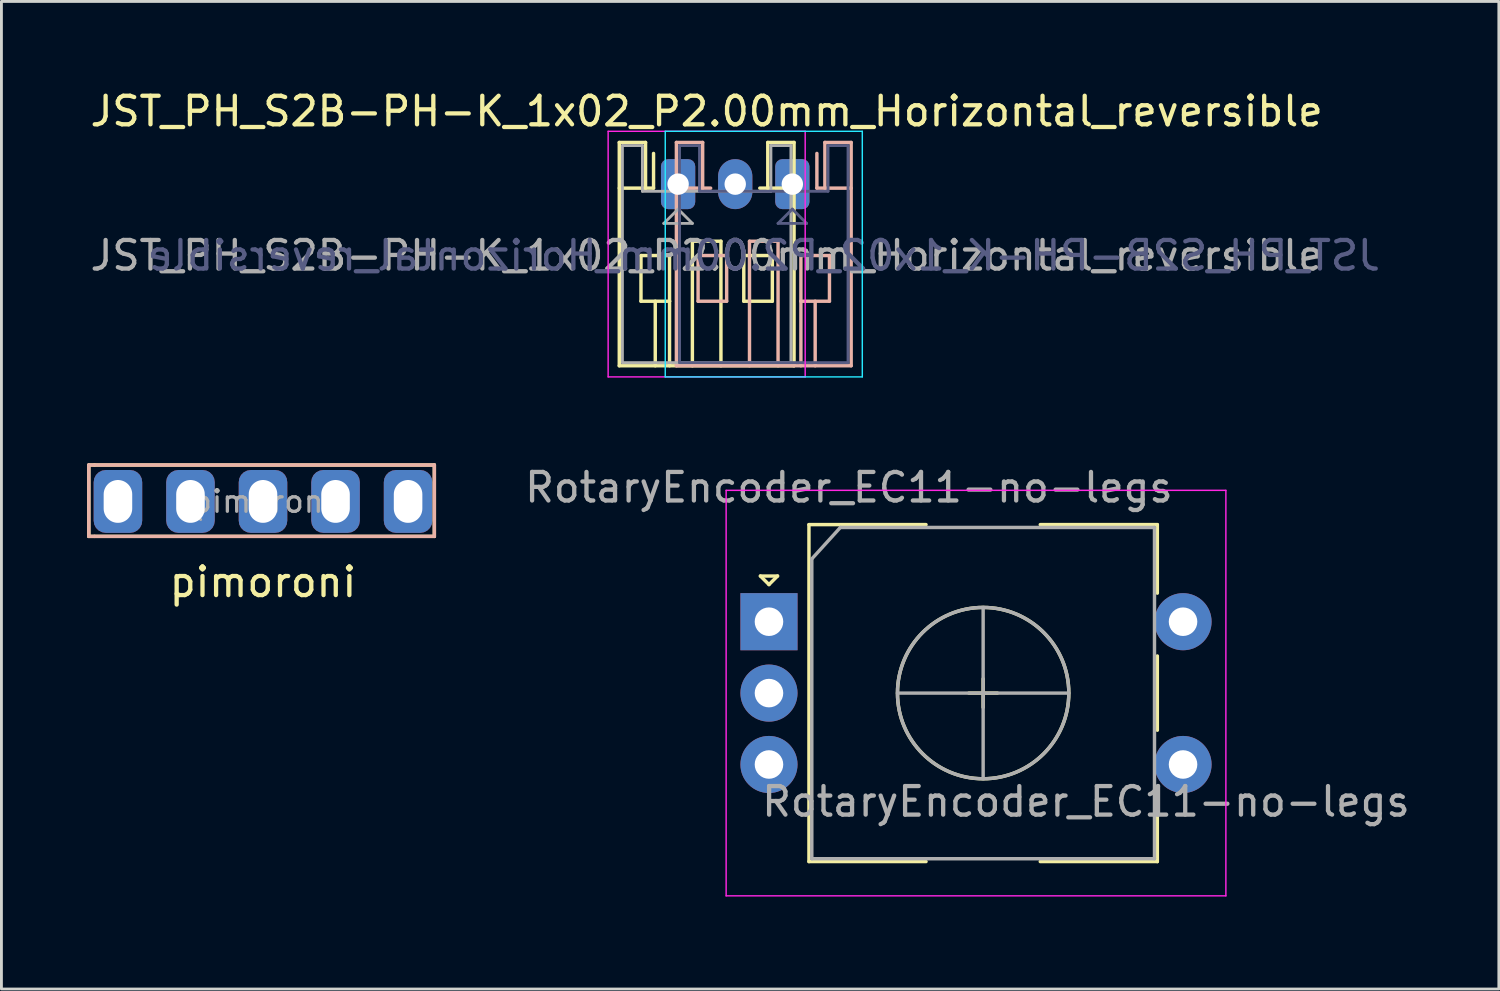
<source format=kicad_pcb>
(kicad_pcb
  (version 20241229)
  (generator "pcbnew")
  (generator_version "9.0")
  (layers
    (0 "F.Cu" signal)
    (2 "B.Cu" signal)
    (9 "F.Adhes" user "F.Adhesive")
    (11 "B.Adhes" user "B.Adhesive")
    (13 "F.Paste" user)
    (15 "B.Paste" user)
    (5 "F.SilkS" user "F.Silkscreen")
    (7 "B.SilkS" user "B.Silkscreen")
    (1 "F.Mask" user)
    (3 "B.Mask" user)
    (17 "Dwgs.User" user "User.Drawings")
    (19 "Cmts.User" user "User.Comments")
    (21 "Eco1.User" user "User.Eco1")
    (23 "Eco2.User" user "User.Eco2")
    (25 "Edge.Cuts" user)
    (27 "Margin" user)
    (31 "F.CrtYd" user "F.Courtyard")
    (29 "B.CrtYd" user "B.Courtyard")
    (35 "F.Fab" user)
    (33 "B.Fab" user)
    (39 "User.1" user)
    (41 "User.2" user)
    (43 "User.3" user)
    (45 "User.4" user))
  (footprint "JST_PH_S2B-PH-K_1x02_P2.00mm_Horizontal_reversible"
    (layer "F.Cu")
    (at 20.696 3.398)
    (property "Reference" "JST_PH_S2B-PH-K_1x02_P2.00mm_Horizontal_reversible" (at 1 -2.55 180) (layer "F.SilkS") (effects (font (size 1 1) (thickness 0.15))))
    (attr through_hole)
    (fp_line (start -2.06 -1.46) (end -2.06 6.36) (stroke (width 0.12) (type solid)) (layer "F.SilkS"))
    (fp_line (start -2.06 0.14) (end -1.14 0.14) (stroke (width 0.12) (type solid)) (layer "F.SilkS"))
    (fp_line (start -2.06 6.36) (end 4.06 6.36) (stroke (width 0.12) (type solid)) (layer "F.SilkS"))
    (fp_line (start -1.3 2.5) (end -1.3 4.1) (stroke (width 0.12) (type solid)) (layer "F.SilkS"))
    (fp_line (start -1.3 4.1) (end -0.3 4.1) (stroke (width 0.12) (type solid)) (layer "F.SilkS"))
    (fp_line (start -1.14 -1.46) (end -2.06 -1.46) (stroke (width 0.12) (type solid)) (layer "F.SilkS"))
    (fp_line (start -1.14 0.14) (end -1.14 -1.46) (stroke (width 0.12) (type solid)) (layer "F.SilkS"))
    (fp_line (start -0.86 0.14) (end -1.14 0.14) (stroke (width 0.12) (type solid)) (layer "F.SilkS"))
    (fp_line (start -0.86 0.14) (end -0.86 -1.075) (stroke (width 0.12) (type solid)) (layer "F.SilkS"))
    (fp_line (start -0.8 4.1) (end -0.8 6.36) (stroke (width 0.12) (type solid)) (layer "F.SilkS"))
    (fp_line (start -0.3 2.5) (end -1.3 2.5) (stroke (width 0.12) (type solid)) (layer "F.SilkS"))
    (fp_line (start -0.3 4.1) (end -0.3 2.5) (stroke (width 0.12) (type solid)) (layer "F.SilkS"))
    (fp_line (start -0.3 4.1) (end -0.3 6.36) (stroke (width 0.12) (type solid)) (layer "F.SilkS"))
    (fp_line (start 0.5 2) (end 1.5 2) (stroke (width 0.12) (type solid)) (layer "F.SilkS"))
    (fp_line (start 0.5 6.36) (end 0.5 2) (stroke (width 0.12) (type solid)) (layer "F.SilkS"))
    (fp_line (start 1.5 2) (end 1.5 6.36) (stroke (width 0.12) (type solid)) (layer "F.SilkS"))
    (fp_line (start 2.3 2.5) (end 3.3 2.5) (stroke (width 0.12) (type solid)) (layer "F.SilkS"))
    (fp_line (start 2.3 4.1) (end 2.3 2.5) (stroke (width 0.12) (type solid)) (layer "F.SilkS"))
    (fp_line (start 3.14 -1.46) (end 3.14 0.14) (stroke (width 0.12) (type solid)) (layer "F.SilkS"))
    (fp_line (start 3.14 0.14) (end 2.86 0.14) (stroke (width 0.12) (type solid)) (layer "F.SilkS"))
    (fp_line (start 3.3 2.5) (end 3.3 4.1) (stroke (width 0.12) (type solid)) (layer "F.SilkS"))
    (fp_line (start 3.3 4.1) (end 2.3 4.1) (stroke (width 0.12) (type solid)) (layer "F.SilkS"))
    (fp_line (start 4.06 -1.46) (end 3.14 -1.46) (stroke (width 0.12) (type solid)) (layer "F.SilkS"))
    (fp_line (start 4.06 0.14) (end 3.14 0.14) (stroke (width 0.12) (type solid)) (layer "F.SilkS"))
    (fp_line (start 4.06 6.36) (end 4.06 -1.46) (stroke (width 0.12) (type solid)) (layer "F.SilkS"))
    (fp_line (start -0.06 -1.46) (end 0.86 -1.46) (stroke (width 0.12) (type solid)) (layer "B.SilkS"))
    (fp_line (start -0.06 0.14) (end 0.86 0.14) (stroke (width 0.12) (type solid)) (layer "B.SilkS"))
    (fp_line (start -0.06 6.36) (end -0.06 -1.46) (stroke (width 0.12) (type solid)) (layer "B.SilkS"))
    (fp_line (start 0.7 2.5) (end 0.7 4.1) (stroke (width 0.12) (type solid)) (layer "B.SilkS"))
    (fp_line (start 0.7 4.1) (end 1.7 4.1) (stroke (width 0.12) (type solid)) (layer "B.SilkS"))
    (fp_line (start 0.86 -1.46) (end 0.86 0.14) (stroke (width 0.12) (type solid)) (layer "B.SilkS"))
    (fp_line (start 0.86 0.14) (end 1.14 0.14) (stroke (width 0.12) (type solid)) (layer "B.SilkS"))
    (fp_line (start 1.7 2.5) (end 0.7 2.5) (stroke (width 0.12) (type solid)) (layer "B.SilkS"))
    (fp_line (start 1.7 4.1) (end 1.7 2.5) (stroke (width 0.12) (type solid)) (layer "B.SilkS"))
    (fp_line (start 2.5 2) (end 2.5 6.36) (stroke (width 0.12) (type solid)) (layer "B.SilkS"))
    (fp_line (start 3.5 2) (end 2.5 2) (stroke (width 0.12) (type solid)) (layer "B.SilkS"))
    (fp_line (start 3.5 6.36) (end 3.5 2) (stroke (width 0.12) (type solid)) (layer "B.SilkS"))
    (fp_line (start 4.3 2.5) (end 5.3 2.5) (stroke (width 0.12) (type solid)) (layer "B.SilkS"))
    (fp_line (start 4.3 4.1) (end 4.3 2.5) (stroke (width 0.12) (type solid)) (layer "B.SilkS"))
    (fp_line (start 4.3 4.1) (end 4.3 6.36) (stroke (width 0.12) (type solid)) (layer "B.SilkS"))
    (fp_line (start 4.8 4.1) (end 4.8 6.36) (stroke (width 0.12) (type solid)) (layer "B.SilkS"))
    (fp_line (start 4.86 0.14) (end 4.86 -1.075) (stroke (width 0.12) (type solid)) (layer "B.SilkS"))
    (fp_line (start 4.86 0.14) (end 5.14 0.14) (stroke (width 0.12) (type solid)) (layer "B.SilkS"))
    (fp_line (start 5.14 -1.46) (end 6.06 -1.46) (stroke (width 0.12) (type solid)) (layer "B.SilkS"))
    (fp_line (start 5.14 0.14) (end 5.14 -1.46) (stroke (width 0.12) (type solid)) (layer "B.SilkS"))
    (fp_line (start 5.3 2.5) (end 5.3 4.1) (stroke (width 0.12) (type solid)) (layer "B.SilkS"))
    (fp_line (start 5.3 4.1) (end 4.3 4.1) (stroke (width 0.12) (type solid)) (layer "B.SilkS"))
    (fp_line (start 6.06 -1.46) (end 6.06 6.36) (stroke (width 0.12) (type solid)) (layer "B.SilkS"))
    (fp_line (start 6.06 0.14) (end 5.14 0.14) (stroke (width 0.12) (type solid)) (layer "B.SilkS"))
    (fp_line (start 6.06 6.36) (end -0.06 6.36) (stroke (width 0.12) (type solid)) (layer "B.SilkS"))
    (fp_line (start -0.45 -1.85) (end 6.45 -1.85) (stroke (width 0.05) (type solid)) (layer "B.CrtYd"))
    (fp_line (start -0.45 6.75) (end -0.45 -1.85) (stroke (width 0.05) (type solid)) (layer "B.CrtYd"))
    (fp_line (start 6.45 -1.85) (end 6.45 6.75) (stroke (width 0.05) (type solid)) (layer "B.CrtYd"))
    (fp_line (start 6.45 6.75) (end -0.45 6.75) (stroke (width 0.05) (type solid)) (layer "B.CrtYd"))
    (fp_line (start -2.45 -1.85) (end -2.45 6.75) (stroke (width 0.05) (type solid)) (layer "F.CrtYd"))
    (fp_line (start -2.45 6.75) (end 4.45 6.75) (stroke (width 0.05) (type solid)) (layer "F.CrtYd"))
    (fp_line (start 4.45 -1.85) (end -2.45 -1.85) (stroke (width 0.05) (type solid)) (layer "F.CrtYd"))
    (fp_line (start 4.45 6.75) (end 4.45 -1.85) (stroke (width 0.05) (type solid)) (layer "F.CrtYd"))
    (fp_line (start 0.05 -1.35) (end 0.75 -1.35) (stroke (width 0.1) (type solid)) (layer "B.Fab"))
    (fp_line (start 0.05 6.25) (end 0.05 -1.35) (stroke (width 0.1) (type solid)) (layer "B.Fab"))
    (fp_line (start 0.75 -1.35) (end 0.75 0.25) (stroke (width 0.1) (type solid)) (layer "B.Fab"))
    (fp_line (start 0.75 0.25) (end 5.25 0.25) (stroke (width 0.1) (type solid)) (layer "B.Fab"))
    (fp_line (start 3.5 1.375) (end 4 0.875) (stroke (width 0.1) (type solid)) (layer "B.Fab"))
    (fp_line (start 4 0.875) (end 4.5 1.375) (stroke (width 0.1) (type solid)) (layer "B.Fab"))
    (fp_line (start 4.5 1.375) (end 3.5 1.375) (stroke (width 0.1) (type solid)) (layer "B.Fab"))
    (fp_line (start 5.25 -1.35) (end 5.95 -1.35) (stroke (width 0.1) (type solid)) (layer "B.Fab"))
    (fp_line (start 5.25 0.25) (end 5.25 -1.35) (stroke (width 0.1) (type solid)) (layer "B.Fab"))
    (fp_line (start 5.95 -1.35) (end 5.95 6.25) (stroke (width 0.1) (type solid)) (layer "B.Fab"))
    (fp_line (start 5.95 6.25) (end 0.05 6.25) (stroke (width 0.1) (type solid)) (layer "B.Fab"))
    (fp_line (start -1.95 -1.35) (end -1.95 6.25) (stroke (width 0.1) (type solid)) (layer "F.Fab"))
    (fp_line (start -1.95 6.25) (end 3.95 6.25) (stroke (width 0.1) (type solid)) (layer "F.Fab"))
    (fp_line (start -1.25 -1.35) (end -1.95 -1.35) (stroke (width 0.1) (type solid)) (layer "F.Fab"))
    (fp_line (start -1.25 0.25) (end -1.25 -1.35) (stroke (width 0.1) (type solid)) (layer "F.Fab"))
    (fp_line (start -0.5 1.375) (end 0.5 1.375) (stroke (width 0.1) (type solid)) (layer "F.Fab"))
    (fp_line (start 0 0.875) (end -0.5 1.375) (stroke (width 0.1) (type solid)) (layer "F.Fab"))
    (fp_line (start 0.5 1.375) (end 0 0.875) (stroke (width 0.1) (type solid)) (layer "F.Fab"))
    (fp_line (start 3.25 -1.35) (end 3.25 0.25) (stroke (width 0.1) (type solid)) (layer "F.Fab"))
    (fp_line (start 3.25 0.25) (end -1.25 0.25) (stroke (width 0.1) (type solid)) (layer "F.Fab"))
    (fp_line (start 3.95 -1.35) (end 3.25 -1.35) (stroke (width 0.1) (type solid)) (layer "F.Fab"))
    (fp_line (start 3.95 6.25) (end 3.95 -1.35) (stroke (width 0.1) (type solid)) (layer "F.Fab"))
    (fp_text user "${REFERENCE}" (at 3 2.5 180) (layer "B.Fab") (effects (font (size 1 1) (thickness 0.15)) (justify mirror)))
    (fp_text user "${REFERENCE}" (at 1 2.5 180) (layer "F.Fab") (effects (font (size 1 1) (thickness 0.15))))
    (pad "1" thru_hole roundrect (at 0 0) (size 1.2 1.75) (drill 0.75) (layers "*.Cu" "*.Mask") (roundrect_rratio 0.208))
    (pad "1" thru_hole roundrect (at 4 0) (size 1.2 1.75) (drill 0.75) (layers "*.Cu" "*.Mask") (roundrect_rratio 0.208))
    (pad "2" thru_hole oval (at 2 0) (size 1.2 1.75) (drill 0.75) (layers "*.Cu" "*.Mask")))
  (footprint "RotaryEncoder_EC11-no-legs"
    (layer "F.Cu")
    (at 31.378 21.221)
    (property "Reference" "RotaryEncoder_EC11-no-legs" (at -4.7 -7.2 0) (layer "F.Fab") (effects (font (size 1 1) (thickness 0.15))))
    (attr through_hole)
    (fp_line (start -7.8 -4.1) (end -7.2 -4.1) (stroke (width 0.12) (type solid)) (layer "F.SilkS"))
    (fp_line (start -7.5 -3.8) (end -7.8 -4.1) (stroke (width 0.12) (type solid)) (layer "F.SilkS"))
    (fp_line (start -7.2 -4.1) (end -7.5 -3.8) (stroke (width 0.12) (type solid)) (layer "F.SilkS"))
    (fp_line (start -6.1 -5.9) (end -6.1 5.9) (stroke (width 0.12) (type solid)) (layer "F.SilkS"))
    (fp_line (start -2 -5.9) (end -6.1 -5.9) (stroke (width 0.12) (type solid)) (layer "F.SilkS"))
    (fp_line (start -2 5.9) (end -6.1 5.9) (stroke (width 0.12) (type solid)) (layer "F.SilkS"))
    (fp_line (start -0.5 0) (end 0.5 0) (stroke (width 0.12) (type solid)) (layer "F.SilkS"))
    (fp_line (start 0 -0.5) (end 0 0.5) (stroke (width 0.12) (type solid)) (layer "F.SilkS"))
    (fp_line (start 2 -5.9) (end 6.1 -5.9) (stroke (width 0.12) (type solid)) (layer "F.SilkS"))
    (fp_line (start 6.1 -5.9) (end 6.1 -3.5) (stroke (width 0.12) (type solid)) (layer "F.SilkS"))
    (fp_line (start 6.1 -1.3) (end 6.1 1.3) (stroke (width 0.12) (type solid)) (layer "F.SilkS"))
    (fp_line (start 6.1 3.5) (end 6.1 5.9) (stroke (width 0.12) (type solid)) (layer "F.SilkS"))
    (fp_line (start 6.1 5.9) (end 2 5.9) (stroke (width 0.12) (type solid)) (layer "F.SilkS"))
    (fp_circle (center 0 0) (end 3 0) (stroke (width 0.12) (type solid)) (fill no) (layer "F.SilkS"))
    (fp_line (start -9 -7.1) (end -9 7.1) (stroke (width 0.05) (type solid)) (layer "F.CrtYd"))
    (fp_line (start -9 -7.1) (end 8.5 -7.1) (stroke (width 0.05) (type solid)) (layer "F.CrtYd"))
    (fp_line (start 8.5 7.1) (end -9 7.1) (stroke (width 0.05) (type solid)) (layer "F.CrtYd"))
    (fp_line (start 8.5 7.1) (end 8.5 -7.1) (stroke (width 0.05) (type solid)) (layer "F.CrtYd"))
    (fp_line (start -6 -4.7) (end -5 -5.8) (stroke (width 0.12) (type solid)) (layer "F.Fab"))
    (fp_line (start -6 5.8) (end -6 -4.7) (stroke (width 0.12) (type solid)) (layer "F.Fab"))
    (fp_line (start -5 -5.8) (end 6 -5.8) (stroke (width 0.12) (type solid)) (layer "F.Fab"))
    (fp_line (start -3 0) (end 3 0) (stroke (width 0.12) (type solid)) (layer "F.Fab"))
    (fp_line (start 0 -3) (end 0 3) (stroke (width 0.12) (type solid)) (layer "F.Fab"))
    (fp_line (start 6 -5.8) (end 6 5.8) (stroke (width 0.12) (type solid)) (layer "F.Fab"))
    (fp_line (start 6 5.8) (end -6 5.8) (stroke (width 0.12) (type solid)) (layer "F.Fab"))
    (fp_circle (center 0 0) (end 3 0) (stroke (width 0.12) (type solid)) (fill no) (layer "F.Fab"))
    (fp_text user "${REFERENCE}" (at 3.6 3.8 0) (layer "F.Fab") (effects (font (size 1 1) (thickness 0.15))))
    (pad "A" thru_hole rect (at -7.5 -2.5 180) (size 2 2) (drill 1) (layers "*.Cu" "*.Mask"))
    (pad "B" thru_hole circle (at -7.5 2.5 180) (size 2 2) (drill 1) (layers "*.Cu" "*.Mask"))
    (pad "C" thru_hole circle (at -7.5 0 180) (size 2 2) (drill 1) (layers "*.Cu" "*.Mask"))
    (pad "S1" thru_hole circle (at 7 2.5 180) (size 2 2) (drill 1) (layers "*.Cu" "*.Mask"))
    (pad "S2" thru_hole circle (at 7 -2.5 180) (size 2 2) (drill 1) (layers "*.Cu" "*.Mask")))
  (footprint "pimoroni"
    (layer "F.Cu")
    (at 6.16 28.333)
    (property "Reference" "pimoroni" (at 0 -11 0) (layer "F.SilkS") (effects (font (size 1 1) (thickness 0.15))))
    (attr through_hole)
    (fp_line (start -6.1 -15.1) (end -5.9 -15.1) (stroke (width 0.12) (type solid)) (layer "F.SilkS"))
    (fp_line (start -6.1 -12.6) (end -6.1 -15.1) (stroke (width 0.12) (type solid)) (layer "F.SilkS"))
    (fp_line (start -5.9 -15.1) (end 6 -15.1) (stroke (width 0.12) (type solid)) (layer "F.SilkS"))
    (fp_line (start 6 -15.1) (end 6 -12.6) (stroke (width 0.12) (type solid)) (layer "F.SilkS"))
    (fp_line (start 6 -12.6) (end -6.1 -12.6) (stroke (width 0.12) (type solid)) (layer "F.SilkS"))
    (fp_line (start -6.1 -15.1) (end -6.1 -12.6) (stroke (width 0.12) (type solid)) (layer "B.SilkS"))
    (fp_line (start -6.1 -12.6) (end -5.9 -12.6) (stroke (width 0.12) (type solid)) (layer "B.SilkS"))
    (fp_line (start -5.9 -12.6) (end 6 -12.6) (stroke (width 0.12) (type solid)) (layer "B.SilkS"))
    (fp_line (start 6 -15.1) (end -6.1 -15.1) (stroke (width 0.12) (type solid)) (layer "B.SilkS"))
    (fp_line (start 6 -12.6) (end 6 -15.1) (stroke (width 0.12) (type solid)) (layer "B.SilkS"))
    (fp_line (start -2.5 -13.507) (end -2.5 -14.459) (stroke (width 0.1) (type solid)) (layer "F.Fab"))
    (fp_line (start -2.183 -13.189) (end -2.5 -13.507) (stroke (width 0.1) (type solid)) (layer "F.Fab"))
    (fp_line (start 2.5 -14.459) (end 2.5 -13.189) (stroke (width 0.1) (type solid)) (layer "F.Fab"))
    (fp_text user "${REFERENCE}" (at 0 -13.824 0) (layer "F.Fab") (effects (font (size 0.76 0.76) (thickness 0.114))))
    (pad "1" thru_hole roundrect (at -5.08 -13.824 270) (size 2.2 1.7) (drill oval 1.5 1) (layers "*.Cu" "*.Mask") (roundrect_rratio 0.25))
    (pad "2" thru_hole roundrect (at -2.54 -13.824) (size 1.7 2.2) (drill oval 1 1.5) (layers "*.Cu" "*.Mask") (roundrect_rratio 0.25))
    (pad "3" thru_hole roundrect (at 0 -13.824) (size 1.7 2.2) (drill oval 1 1.5) (layers "*.Cu" "*.Mask") (roundrect_rratio 0.25))
    (pad "4" thru_hole roundrect (at 2.54 -13.824) (size 1.7 2.2) (drill oval 1 1.5) (layers "*.Cu" "*.Mask") (roundrect_rratio 0.25))
    (pad "5" thru_hole roundrect (at 5.08 -13.824) (size 1.7 2.2) (drill oval 1 1.5) (layers "*.Cu" "*.Mask") (roundrect_rratio 0.25)))
  (gr_rect
    (start -3 -3)
    (end 49.437 31.583)
    (stroke (width 0.1) (type default))
    (fill no)
    (layer "Edge.Cuts")))
</source>
